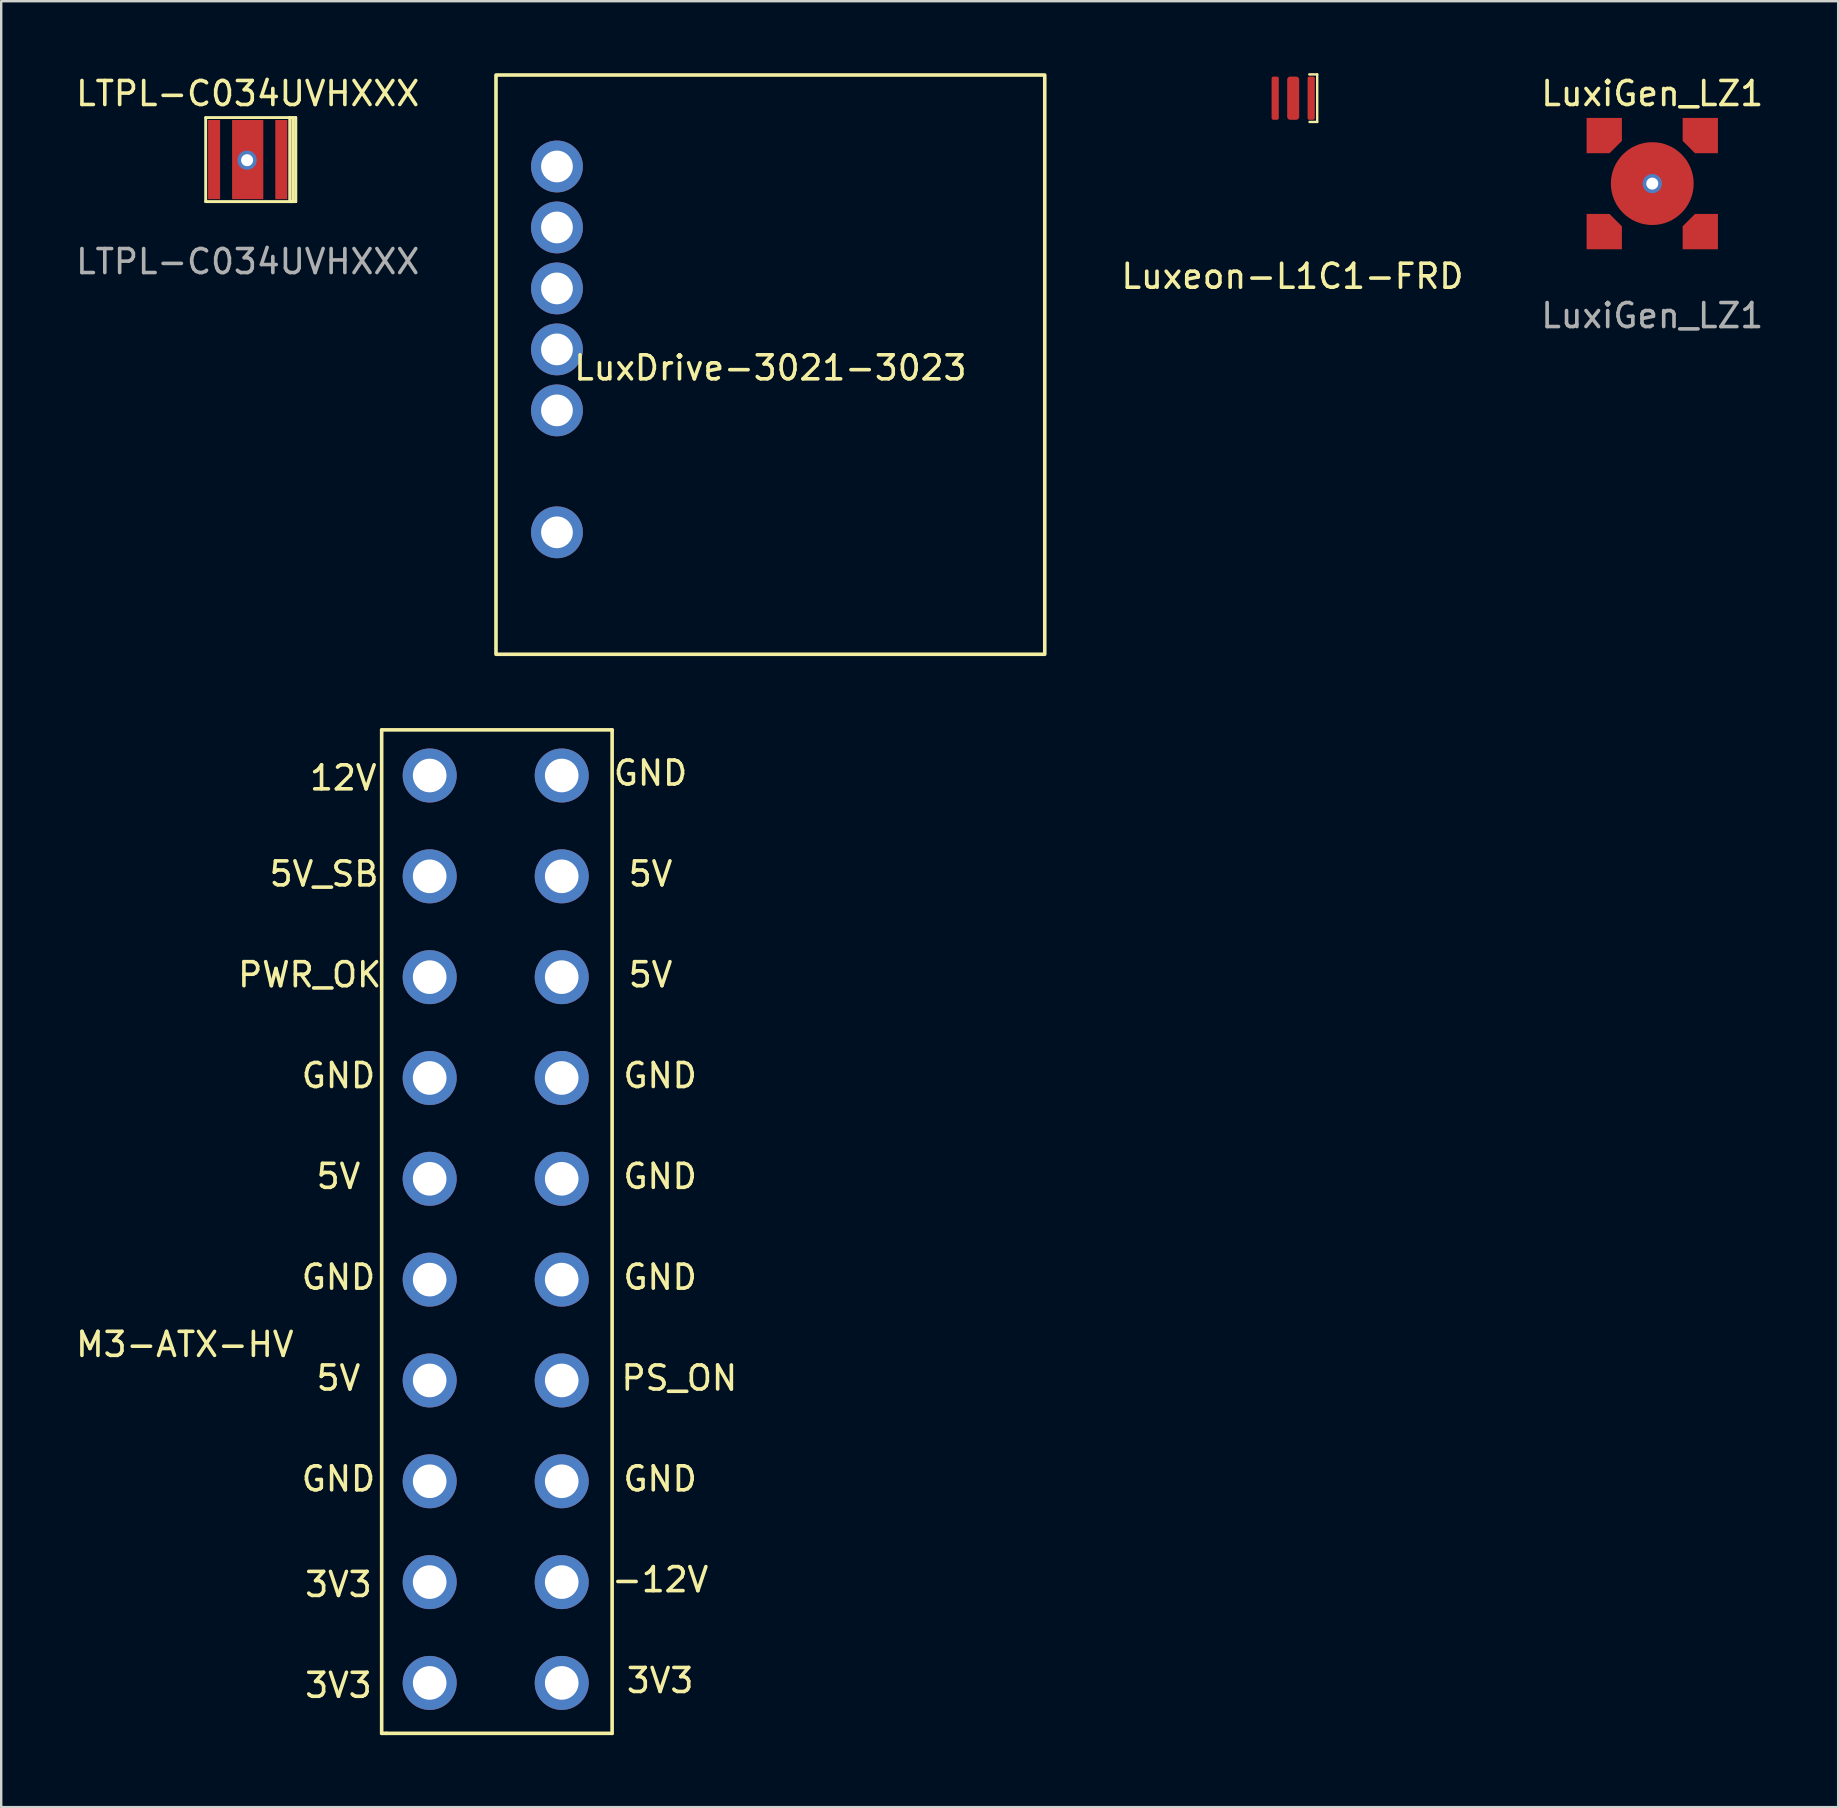
<source format=kicad_pcb>
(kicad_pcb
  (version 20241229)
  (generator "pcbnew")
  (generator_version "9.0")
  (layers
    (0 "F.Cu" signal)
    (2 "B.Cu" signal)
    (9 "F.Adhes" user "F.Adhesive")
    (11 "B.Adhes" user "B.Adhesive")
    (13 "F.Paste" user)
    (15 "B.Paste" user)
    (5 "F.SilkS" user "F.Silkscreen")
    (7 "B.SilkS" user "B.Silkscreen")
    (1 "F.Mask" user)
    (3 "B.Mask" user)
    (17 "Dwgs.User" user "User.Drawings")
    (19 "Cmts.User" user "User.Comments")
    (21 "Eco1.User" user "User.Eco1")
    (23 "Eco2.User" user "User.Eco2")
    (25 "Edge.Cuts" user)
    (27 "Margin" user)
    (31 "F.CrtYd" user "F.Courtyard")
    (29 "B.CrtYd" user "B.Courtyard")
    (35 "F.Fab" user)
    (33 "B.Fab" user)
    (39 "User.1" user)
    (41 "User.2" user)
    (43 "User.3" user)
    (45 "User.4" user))
  (footprint "M3-ATX-HV"
    (layer "F.Cu")
    (at 12.649 47.955)
    (property "Reference" "M3-ATX-HV" (at -8 5 0) (layer "F.SilkS") (effects (font (size 1 1) (thickness 0.15))))
    (attr through_hole)
    (fp_line (start 0.2 -20.6) (end 9.8 -20.6) (stroke (width 0.15) (type solid)) (layer "F.SilkS"))
    (fp_line (start 0.2 21.2) (end 0.2 -20.6) (stroke (width 0.15) (type solid)) (layer "F.SilkS"))
    (fp_line (start 0.4 21.2) (end 0.2 21.2) (stroke (width 0.15) (type solid)) (layer "F.SilkS"))
    (fp_line (start 9.8 -20.6) (end 9.8 21.2) (stroke (width 0.15) (type solid)) (layer "F.SilkS"))
    (fp_line (start 9.8 21.2) (end 0.4 21.2) (stroke (width 0.15) (type solid)) (layer "F.SilkS"))
    (fp_text user "5V_SB" (at -2.2 -14.6 0) (layer "F.SilkS") (effects (font (size 1 1) (thickness 0.15))))
    (fp_text user "5V" (at -1.6 -2 0) (layer "F.SilkS") (effects (font (size 1 1) (thickness 0.15))))
    (fp_text user "GND" (at 11.8 2.2 0) (layer "F.SilkS") (effects (font (size 1 1) (thickness 0.15))))
    (fp_text user "GND" (at 11.8 10.6 0) (layer "F.SilkS") (effects (font (size 1 1) (thickness 0.15))))
    (fp_text user "GND" (at -1.6 -6.2 0) (layer "F.SilkS") (effects (font (size 1 1) (thickness 0.15))))
    (fp_text user "GND" (at 11.8 -2 0) (layer "F.SilkS") (effects (font (size 1 1) (thickness 0.15))))
    (fp_text user "GND" (at -1.6 2.2 0) (layer "F.SilkS") (effects (font (size 1 1) (thickness 0.15))))
    (fp_text user "5V" (at -1.6 6.4 0) (layer "F.SilkS") (effects (font (size 1 1) (thickness 0.15))))
    (fp_text user "5V" (at 11.4 -14.6 0) (layer "F.SilkS") (effects (font (size 1 1) (thickness 0.15))))
    (fp_text user "GND" (at -1.6 10.6 0) (layer "F.SilkS") (effects (font (size 1 1) (thickness 0.15))))
    (fp_text user "-12V" (at 11.8 14.8 0) (layer "F.SilkS") (effects (font (size 1 1) (thickness 0.15))))
    (fp_text user "GND" (at 11.8 -6.2 0) (layer "F.SilkS") (effects (font (size 1 1) (thickness 0.15))))
    (fp_text user "PS_ON" (at 12.6 6.4 0) (layer "F.SilkS") (effects (font (size 1 1) (thickness 0.15))))
    (fp_text user "GND" (at 11.4 -18.8 0) (layer "F.SilkS") (effects (font (size 1 1) (thickness 0.15))))
    (fp_text user "3V3" (at -1.6 15 0) (layer "F.SilkS") (effects (font (size 1 1) (thickness 0.15))))
    (fp_text user "5V" (at 11.4 -10.4 0) (layer "F.SilkS") (effects (font (size 1 1) (thickness 0.15))))
    (fp_text user "3V3" (at 11.8 19 0) (layer "F.SilkS") (effects (font (size 1 1) (thickness 0.15))))
    (fp_text user "3V3" (at -1.6 19.2 0) (layer "F.SilkS") (effects (font (size 1 1) (thickness 0.15))))
    (fp_text user "12V" (at -1.4 -18.6 0) (layer "F.SilkS") (effects (font (size 1 1) (thickness 0.15))))
    (fp_text user "PWR_OK" (at -2.8 -10.4 0) (layer "F.SilkS") (effects (font (size 1 1) (thickness 0.15))))
    (pad "1" thru_hole circle (at 2.2 19.1 270) (size 2.25 2.25) (drill 1.4) (layers "*.Cu" "*.Mask"))
    (pad "2" thru_hole circle (at 2.2 14.9 270) (size 2.25 2.25) (drill 1.4) (layers "*.Cu" "*.Mask"))
    (pad "3" thru_hole circle (at 2.2 10.7 270) (size 2.25 2.25) (drill 1.4) (layers "*.Cu" "*.Mask"))
    (pad "4" thru_hole circle (at 2.2 6.5 270) (size 2.25 2.25) (drill 1.4) (layers "*.Cu" "*.Mask"))
    (pad "5" thru_hole circle (at 2.2 2.3 270) (size 2.25 2.25) (drill 1.4) (layers "*.Cu" "*.Mask"))
    (pad "6" thru_hole circle (at 2.2 -1.9 270) (size 2.25 2.25) (drill 1.4) (layers "*.Cu" "*.Mask"))
    (pad "7" thru_hole circle (at 2.2 -6.1 270) (size 2.25 2.25) (drill 1.4) (layers "*.Cu" "*.Mask"))
    (pad "8" thru_hole circle (at 2.2 -10.3 270) (size 2.25 2.25) (drill 1.4) (layers "*.Cu" "*.Mask"))
    (pad "9" thru_hole circle (at 2.2 -14.5 270) (size 2.25 2.25) (drill 1.4) (layers "*.Cu" "*.Mask"))
    (pad "10" thru_hole circle (at 2.2 -18.7 270) (size 2.25 2.25) (drill 1.4) (layers "*.Cu" "*.Mask"))
    (pad "11" thru_hole circle (at 7.7 19.1 270) (size 2.25 2.25) (drill 1.4) (layers "*.Cu" "*.Mask"))
    (pad "12" thru_hole circle (at 7.7 14.9 270) (size 2.25 2.25) (drill 1.4) (layers "*.Cu" "*.Mask"))
    (pad "13" thru_hole circle (at 7.7 10.7 270) (size 2.25 2.25) (drill 1.4) (layers "*.Cu" "*.Mask"))
    (pad "14" thru_hole circle (at 7.7 6.5 270) (size 2.25 2.25) (drill 1.4) (layers "*.Cu" "*.Mask"))
    (pad "15" thru_hole circle (at 7.7 2.3 270) (size 2.25 2.25) (drill 1.4) (layers "*.Cu" "*.Mask"))
    (pad "16" thru_hole circle (at 7.7 -1.9 270) (size 2.25 2.25) (drill 1.4) (layers "*.Cu" "*.Mask"))
    (pad "17" thru_hole circle (at 7.7 -6.1 270) (size 2.25 2.25) (drill 1.4) (layers "*.Cu" "*.Mask"))
    (pad "18" thru_hole circle (at 7.7 -10.3 270) (size 2.25 2.25) (drill 1.4) (layers "*.Cu" "*.Mask"))
    (pad "19" thru_hole circle (at 7.7 -14.5 270) (size 2.25 2.25) (drill 1.4) (layers "*.Cu" "*.Mask"))
    (pad "20" thru_hole circle (at 7.7 -18.7 270) (size 2.25 2.25) (drill 1.4) (layers "*.Cu" "*.Mask")))
  (footprint "Luxeon-L1C1-FRD"
    (layer "F.Cu")
    (at 50.82 1.04)
    (property "Reference" "Luxeon-L1C1-FRD" (at -0.03 7.42 0) (layer "F.SilkS") (effects (font (size 1 1) (thickness 0.15))))
    (attr through_hole)
    (fp_line (start 0.67 -0.99) (end 1 -0.99) (stroke (width 0.1) (type solid)) (layer "F.SilkS"))
    (fp_line (start 1 -0.99) (end 1 0.99) (stroke (width 0.1) (type solid)) (layer "F.SilkS"))
    (fp_line (start 1 0.99) (end 0.68 0.99) (stroke (width 0.1) (type solid)) (layer "F.SilkS"))
    (pad "1" smd roundrect (at -0.75 0) (size 0.3 1.8) (layers "F.Cu" "F.Mask" "F.Paste") (roundrect_rratio 0.25))
    (pad "2" smd roundrect (at 0.75 0) (size 0.3 1.8) (layers "F.Cu" "F.Mask" "F.Paste") (roundrect_rratio 0.25))
    (pad "3" smd roundrect (at 0 0) (size 0.5 1.8) (layers "F.Cu" "F.Mask" "F.Paste") (roundrect_rratio 0.25)))
  (footprint "LuxiGen_LZ1"
    (layer "F.Cu")
    (at 65.778 4.598)
    (property "Reference" "LuxiGen_LZ1" (at 0 -3.75 0) (unlocked yes) (layer "F.SilkS") (effects (font (size 1 1) (thickness 0.15))))
    (attr smd)
    (fp_text user "${REFERENCE}" (at 0 5.5 0) (unlocked yes) (layer "F.Fab") (effects (font (size 1 1) (thickness 0.15))))
    (pad "1" smd roundrect (at 2 -2 180) (size 1.47 1.47) (layers "F.Cu" "F.Mask" "F.Paste") (roundrect_rratio 0) (chamfer_ratio 0.35) (chamfer top_right))
    (pad "1" smd roundrect (at 2 2 90) (size 1.47 1.47) (layers "F.Cu" "F.Mask" "F.Paste") (roundrect_rratio 0) (chamfer_ratio 0.35) (chamfer top_right))
    (pad "2" smd roundrect (at -2 -2) (size 1.47 1.47) (layers "F.Cu" "F.Mask" "F.Paste") (roundrect_rratio 0) (chamfer_ratio 0.35) (chamfer bottom_right))
    (pad "2" smd roundrect (at -2 2) (size 1.47 1.47) (layers "F.Cu" "F.Mask" "F.Paste") (roundrect_rratio 0) (chamfer_ratio 0.35) (chamfer top_right))
    (pad "3" thru_hole circle (at 0 0) (size 0.8 0.8) (drill 0.5) (layers "*.Cu" "*.Mask"))
    (pad "3" smd circle (at 0 0) (size 3.45 3.45) (layers "F.Cu" "F.Mask" "F.Paste")))
  (footprint "LTPL-C034UVHXXX"
    (layer "F.Cu")
    (at 7.268 3.598)
    (property "Reference" "LTPL-C034UVHXXX" (at 0 -2.75 0) (unlocked yes) (layer "F.SilkS") (effects (font (size 1 1) (thickness 0.15))))
    (attr smd)
    (fp_line (start -1.75 -1.75) (end 1.75 -1.75) (stroke (width 0.12) (type solid)) (layer "F.SilkS"))
    (fp_line (start -1.75 1.75) (end -1.75 -1.75) (stroke (width 0.12) (type solid)) (layer "F.SilkS"))
    (fp_line (start 1.75 -1.75) (end 1.75 1.75) (stroke (width 0.12) (type solid)) (layer "F.SilkS"))
    (fp_line (start 1.75 -1.75) (end 2 -1.75) (stroke (width 0.12) (type solid)) (layer "F.SilkS"))
    (fp_line (start 1.75 1.75) (end -1.75 1.75) (stroke (width 0.12) (type solid)) (layer "F.SilkS"))
    (fp_line (start 1.75 1.75) (end 1.875 1.75) (stroke (width 0.12) (type solid)) (layer "F.SilkS"))
    (fp_line (start 1.875 1.75) (end 1.875 -1.75) (stroke (width 0.12) (type solid)) (layer "F.SilkS"))
    (fp_line (start 2 -1.75) (end 2 1.75) (stroke (width 0.12) (type solid)) (layer "F.SilkS"))
    (fp_line (start 2 -1.75) (end 2 1.75) (stroke (width 0.12) (type solid)) (layer "F.SilkS"))
    (fp_line (start 2 1.75) (end 1.75 1.75) (stroke (width 0.12) (type solid)) (layer "F.SilkS"))
    (fp_text user "${REFERENCE}" (at 0 4.25 0) (unlocked yes) (layer "F.Fab") (effects (font (size 1 1) (thickness 0.15))))
    (pad "1" smd rect (at 1.4 0) (size 0.5 3.3) (layers "F.Cu" "F.Mask" "F.Paste"))
    (pad "2" smd rect (at -1.4 0) (size 0.5 3.3) (layers "F.Cu" "F.Mask" "F.Paste"))
    (pad "3" thru_hole circle (at -0.025 0.025) (size 0.8 0.8) (drill 0.5) (layers "*.Cu" "*.Mask"))
    (pad "3" smd rect (at 0 0) (size 1.3 3.3) (layers "F.Cu" "F.Mask" "F.Paste")))
  (footprint "LuxDrive-3021-3023"
    (layer "F.Cu")
    (at 29.041 12.775)
    (property "Reference" "LuxDrive-3021-3023" (at 0 -0.5 0) (unlocked yes) (layer "F.SilkS") (effects (font (size 1 1) (thickness 0.15))))
    (attr smd)
    (fp_rect (start -11.43 -12.7) (end 11.43 11.43) (stroke (width 0.15) (type solid)) (fill no) (layer "F.SilkS"))
    (pad "1" thru_hole circle (at -8.89 -8.89) (size 2.159 2.159) (drill 1.321) (layers "*.Cu" "*.Mask"))
    (pad "2" thru_hole circle (at -8.89 -6.35) (size 2.159 2.159) (drill 1.321) (layers "*.Cu" "*.Mask"))
    (pad "3" thru_hole circle (at -8.89 -3.81) (size 2.159 2.159) (drill 1.321) (layers "*.Cu" "*.Mask"))
    (pad "4" thru_hole circle (at -8.89 -1.27) (size 2.159 2.159) (drill 1.321) (layers "*.Cu" "*.Mask"))
    (pad "5" thru_hole circle (at -8.89 1.27) (size 2.159 2.159) (drill 1.321) (layers "*.Cu" "*.Mask"))
    (pad "6" thru_hole circle (at -8.89 6.35) (size 2.159 2.159) (drill 1.321) (layers "*.Cu" "*.Mask")))
  (gr_rect
    (start -3 -3)
    (end 73.522 72.23)
    (stroke (width 0.1) (type default))
    (fill no)
    (layer "Edge.Cuts")))
</source>
